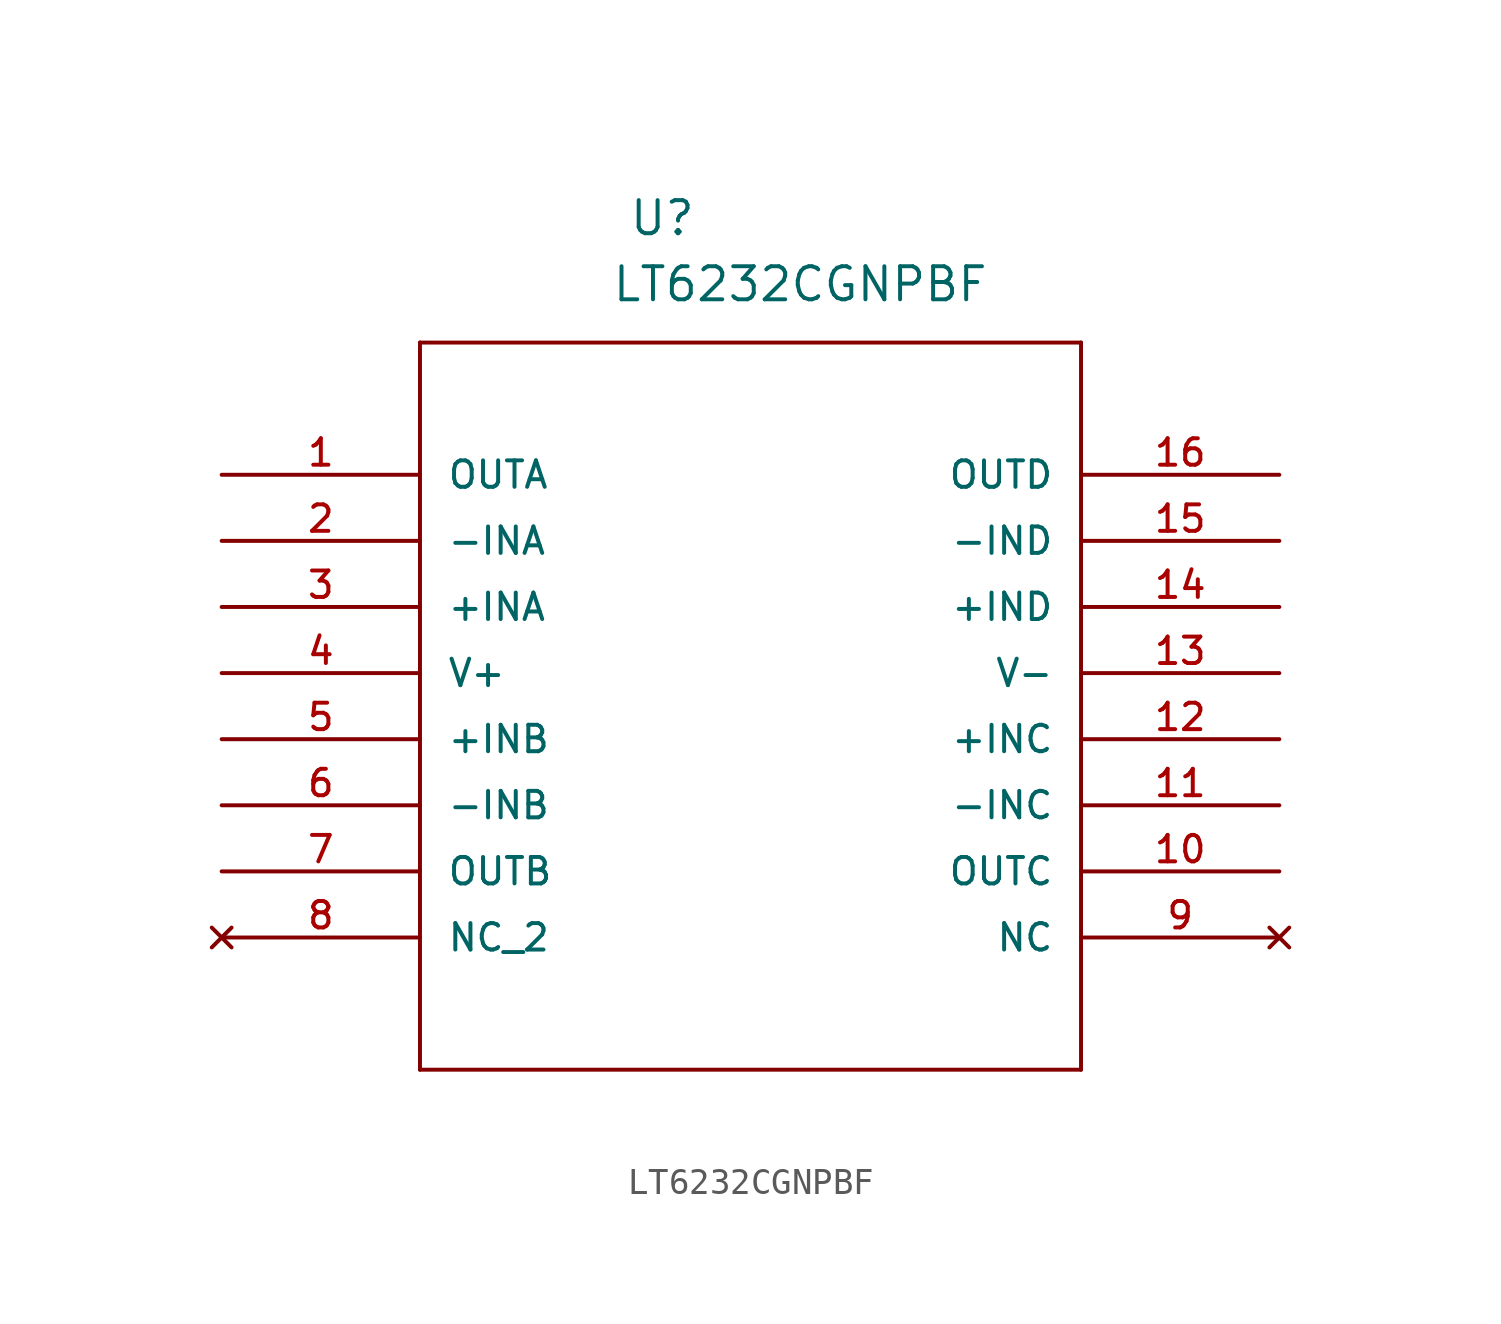
<source format=kicad_sym>
(kicad_symbol_lib
  (version 20210619)
  (generator kicad_symbol_editor)
  (symbol "LT6232CGNPBF:LT6232CGNPBF"
    (pin_names
      (offset 1.016))
    (property "Reference" "U"
      (at 15.621 9.119 0)
      (effects (font (size 1.27 1.27)) (justify left bottom)))
    (property "Value" "LT6232CGNPBF"
      (at 14.961 6.579 0)
      (effects (font (size 1.27 1.27)) (justify left bottom)))
    (symbol "LT6232CGNPBF_0_0"
      (polyline (pts (xy 7.62 -22.86) (xy 33.02 -22.86)) (stroke (width 0.152)) (fill (type none)))
      (polyline (pts (xy 7.62 5.08) (xy 7.62 -22.86)) (stroke (width 0.152)) (fill (type none)))
      (polyline (pts (xy 33.02 -22.86) (xy 33.02 5.08)) (stroke (width 0.152)) (fill (type none)))
      (polyline (pts (xy 33.02 5.08) (xy 7.62 5.08)) (stroke (width 0.152)) (fill (type none)))
      (pin output line (at 0 0 0) (length 7.62) (name "OUTA" (effects (font (size 1.016 1.016)))) (number "1" (effects (font (size 1.016 1.016)))))
      (pin output line (at 40.64 -15.24 180) (length 7.62) (name "OUTC" (effects (font (size 1.016 1.016)))) (number "10" (effects (font (size 1.016 1.016)))))
      (pin input line (at 40.64 -12.7 180) (length 7.62) (name "-INC" (effects (font (size 1.016 1.016)))) (number "11" (effects (font (size 1.016 1.016)))))
      (pin input line (at 40.64 -10.16 180) (length 7.62) (name "+INC" (effects (font (size 1.016 1.016)))) (number "12" (effects (font (size 1.016 1.016)))))
      (pin power_in line (at 40.64 -7.62 180) (length 7.62) (name "V-" (effects (font (size 1.016 1.016)))) (number "13" (effects (font (size 1.016 1.016)))))
      (pin input line (at 40.64 -5.08 180) (length 7.62) (name "+IND" (effects (font (size 1.016 1.016)))) (number "14" (effects (font (size 1.016 1.016)))))
      (pin input line (at 40.64 -2.54 180) (length 7.62) (name "-IND" (effects (font (size 1.016 1.016)))) (number "15" (effects (font (size 1.016 1.016)))))
      (pin output line (at 40.64 0 180) (length 7.62) (name "OUTD" (effects (font (size 1.016 1.016)))) (number "16" (effects (font (size 1.016 1.016)))))
      (pin input line (at 0 -2.54 0) (length 7.62) (name "-INA" (effects (font (size 1.016 1.016)))) (number "2" (effects (font (size 1.016 1.016)))))
      (pin input line (at 0 -5.08 0) (length 7.62) (name "+INA" (effects (font (size 1.016 1.016)))) (number "3" (effects (font (size 1.016 1.016)))))
      (pin power_in line (at 0 -7.62 0) (length 7.62) (name "V+" (effects (font (size 1.016 1.016)))) (number "4" (effects (font (size 1.016 1.016)))))
      (pin input line (at 0 -10.16 0) (length 7.62) (name "+INB" (effects (font (size 1.016 1.016)))) (number "5" (effects (font (size 1.016 1.016)))))
      (pin input line (at 0 -12.7 0) (length 7.62) (name "-INB" (effects (font (size 1.016 1.016)))) (number "6" (effects (font (size 1.016 1.016)))))
      (pin output line (at 0 -15.24 0) (length 7.62) (name "OUTB" (effects (font (size 1.016 1.016)))) (number "7" (effects (font (size 1.016 1.016)))))
      (pin no_connect line (at 0 -17.78 0) (length 7.62) (name "NC_2" (effects (font (size 1.016 1.016)))) (number "8" (effects (font (size 1.016 1.016)))))
      (pin no_connect line (at 40.64 -17.78 180) (length 7.62) (name "NC" (effects (font (size 1.016 1.016)))) (number "9" (effects (font (size 1.016 1.016))))))))
</source>
